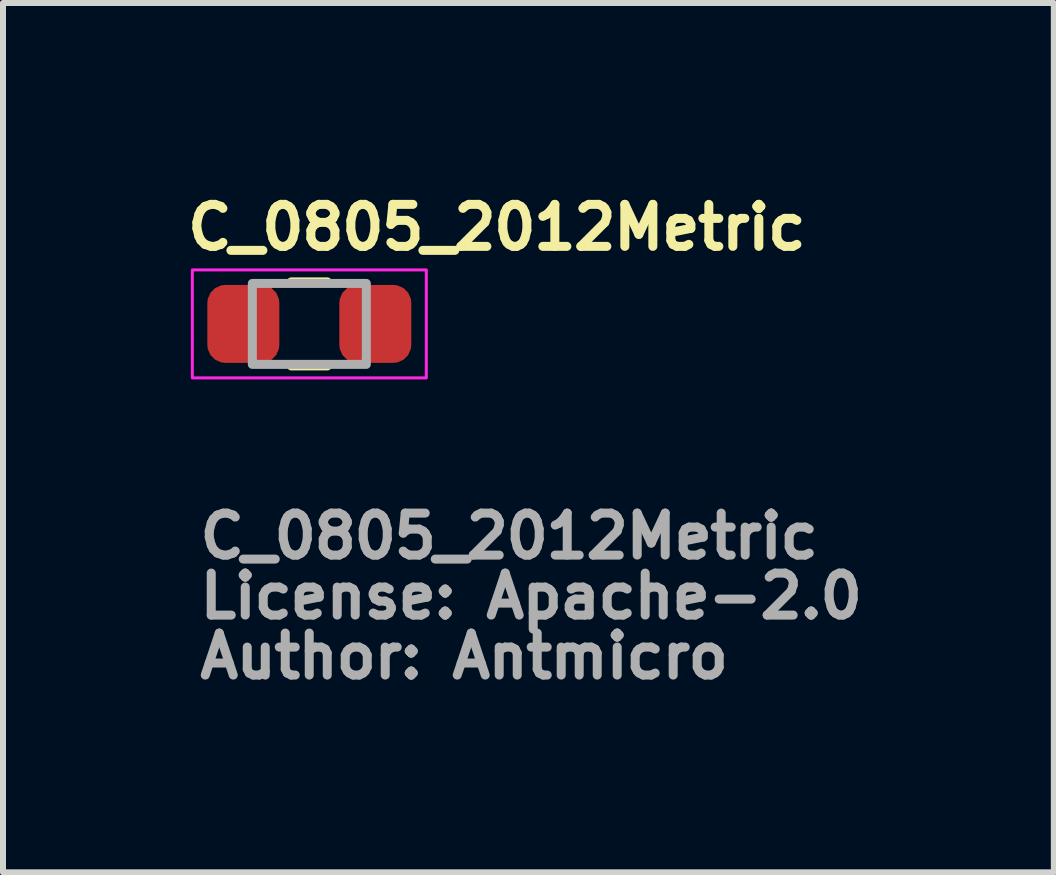
<source format=kicad_pcb>
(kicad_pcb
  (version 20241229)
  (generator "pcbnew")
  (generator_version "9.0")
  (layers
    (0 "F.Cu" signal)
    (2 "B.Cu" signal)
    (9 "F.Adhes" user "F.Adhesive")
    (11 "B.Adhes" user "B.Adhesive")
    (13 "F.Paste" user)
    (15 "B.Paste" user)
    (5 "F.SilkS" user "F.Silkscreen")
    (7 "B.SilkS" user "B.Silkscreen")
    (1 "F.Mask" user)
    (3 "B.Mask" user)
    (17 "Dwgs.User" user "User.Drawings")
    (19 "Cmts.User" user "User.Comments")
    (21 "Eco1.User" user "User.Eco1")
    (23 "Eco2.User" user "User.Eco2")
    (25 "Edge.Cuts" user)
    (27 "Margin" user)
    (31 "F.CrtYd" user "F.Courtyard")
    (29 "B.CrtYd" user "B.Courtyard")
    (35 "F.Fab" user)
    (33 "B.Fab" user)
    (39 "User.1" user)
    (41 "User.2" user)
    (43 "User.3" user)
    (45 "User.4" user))
  (footprint "C_0805_2012Metric"
    (layer "F.Cu")
    (at 2.106 2.349)
    (property "Reference" "C_0805_2012Metric" (at -2.106 -1.199 0) (layer "F.SilkS") (effects (font (size 0.7 0.7) (thickness 0.15)) (justify left bottom)))
    (attr smd)
    (fp_line (start -0.3 -0.7) (end 0.3 -0.7) (stroke (width 0.15) (type solid)) (layer "F.SilkS"))
    (fp_line (start -0.3 0.7) (end 0.3 0.7) (stroke (width 0.15) (type solid)) (layer "F.SilkS"))
    (fp_rect (start 1.95 -0.9) (end -1.95 0.9) (stroke (width 0.05) (type default)) (fill no) (layer "F.CrtYd"))
    (fp_rect (start -0.95 -0.675) (end 0.95 0.675) (stroke (width 0.15) (type solid)) (fill no) (layer "F.Fab"))
    (fp_rect (start -1 -0.624) (end 1 0.624) (stroke (width 0.1) (type solid)) (fill no) (layer "User.5"))
    (fp_line (start -1 -0.62) (end -1 -0.619) (stroke (width 0.02) (type solid)) (layer "User.9"))
    (fp_line (start -1 -0.619) (end -1 -0.619) (stroke (width 0.02) (type solid)) (layer "User.9"))
    (fp_line (start -1 -0.619) (end -1 -0.618) (stroke (width 0.02) (type solid)) (layer "User.9"))
    (fp_line (start -1 -0.618) (end -1 -0.618) (stroke (width 0.02) (type solid)) (layer "User.9"))
    (fp_line (start -1 -0.618) (end -1 -0.618) (stroke (width 0.02) (type solid)) (layer "User.9"))
    (fp_line (start -1 -0.618) (end -1 -0.617) (stroke (width 0.02) (type solid)) (layer "User.9"))
    (fp_line (start -1 -0.617) (end -1 -0.617) (stroke (width 0.02) (type solid)) (layer "User.9"))
    (fp_line (start -1 -0.617) (end -1 -0.616) (stroke (width 0.02) (type solid)) (layer "User.9"))
    (fp_line (start -1 -0.616) (end -1 -0.615) (stroke (width 0.02) (type solid)) (layer "User.9"))
    (fp_line (start -1 -0.615) (end -1 -0.615) (stroke (width 0.02) (type solid)) (layer "User.9"))
    (fp_line (start -1 -0.615) (end -1 -0.615) (stroke (width 0.02) (type solid)) (layer "User.9"))
    (fp_line (start -1 -0.615) (end -1 -0.614) (stroke (width 0.02) (type solid)) (layer "User.9"))
    (fp_line (start -1 -0.615) (end -1 0.613) (stroke (width 0.02) (type solid)) (layer "User.9"))
    (fp_line (start -1 -0.614) (end -1 -0.614) (stroke (width 0.02) (type solid)) (layer "User.9"))
    (fp_line (start -1 -0.614) (end -1 -0.613) (stroke (width 0.02) (type solid)) (layer "User.9"))
    (fp_line (start -1 -0.613) (end -1 -0.613) (stroke (width 0.02) (type solid)) (layer "User.9"))
    (fp_line (start -1 -0.613) (end -1 -0.613) (stroke (width 0.02) (type solid)) (layer "User.9"))
    (fp_line (start -1 -0.613) (end -1 -0.612) (stroke (width 0.02) (type solid)) (layer "User.9"))
    (fp_line (start -1 -0.612) (end -1 -0.612) (stroke (width 0.02) (type solid)) (layer "User.9"))
    (fp_line (start -1 -0.612) (end -1 -0.611) (stroke (width 0.02) (type solid)) (layer "User.9"))
    (fp_line (start -1 -0.611) (end -0.999 -0.611) (stroke (width 0.02) (type solid)) (layer "User.9"))
    (fp_line (start -1 0.609) (end -1 0.61) (stroke (width 0.02) (type solid)) (layer "User.9"))
    (fp_line (start -1 0.61) (end -1 0.61) (stroke (width 0.02) (type solid)) (layer "User.9"))
    (fp_line (start -1 0.61) (end -1 0.611) (stroke (width 0.02) (type solid)) (layer "User.9"))
    (fp_line (start -1 0.611) (end -1 0.611) (stroke (width 0.02) (type solid)) (layer "User.9"))
    (fp_line (start -1 0.611) (end -1 0.611) (stroke (width 0.02) (type solid)) (layer "User.9"))
    (fp_line (start -1 0.611) (end -1 0.612) (stroke (width 0.02) (type solid)) (layer "User.9"))
    (fp_line (start -1 0.612) (end -1 0.612) (stroke (width 0.02) (type solid)) (layer "User.9"))
    (fp_line (start -1 0.612) (end -1 0.613) (stroke (width 0.02) (type solid)) (layer "User.9"))
    (fp_line (start -1 0.613) (end -1 0.613) (stroke (width 0.02) (type solid)) (layer "User.9"))
    (fp_line (start -1 0.613) (end -1 0.613) (stroke (width 0.02) (type solid)) (layer "User.9"))
    (fp_line (start -1 0.613) (end -1 0.614) (stroke (width 0.02) (type solid)) (layer "User.9"))
    (fp_line (start -1 0.614) (end -1 0.615) (stroke (width 0.02) (type solid)) (layer "User.9"))
    (fp_line (start -1 0.615) (end -1 0.615) (stroke (width 0.02) (type solid)) (layer "User.9"))
    (fp_line (start -1 0.615) (end -1 0.616) (stroke (width 0.02) (type solid)) (layer "User.9"))
    (fp_line (start -1 0.616) (end -1 0.616) (stroke (width 0.02) (type solid)) (layer "User.9"))
    (fp_line (start -1 0.616) (end -1 0.616) (stroke (width 0.02) (type solid)) (layer "User.9"))
    (fp_line (start -1 0.616) (end -1 0.617) (stroke (width 0.02) (type solid)) (layer "User.9"))
    (fp_line (start -1 0.617) (end -1 0.617) (stroke (width 0.02) (type solid)) (layer "User.9"))
    (fp_line (start -1 0.617) (end -1 0.618) (stroke (width 0.02) (type solid)) (layer "User.9"))
    (fp_line (start -1 0.618) (end -0.999 0.618) (stroke (width 0.02) (type solid)) (layer "User.9"))
    (fp_line (start -0.999 -0.621) (end -0.999 -0.621) (stroke (width 0.02) (type solid)) (layer "User.9"))
    (fp_line (start -0.999 -0.621) (end -0.999 -0.621) (stroke (width 0.02) (type solid)) (layer "User.9"))
    (fp_line (start -0.999 -0.621) (end -0.999 -0.62) (stroke (width 0.02) (type solid)) (layer "User.9"))
    (fp_line (start -0.999 -0.62) (end -1 -0.62) (stroke (width 0.02) (type solid)) (layer "User.9"))
    (fp_line (start -0.999 -0.611) (end -0.999 -0.61) (stroke (width 0.02) (type solid)) (layer "User.9"))
    (fp_line (start -0.999 -0.61) (end -0.999 -0.61) (stroke (width 0.02) (type solid)) (layer "User.9"))
    (fp_line (start -0.999 -0.61) (end -0.999 -0.61) (stroke (width 0.02) (type solid)) (layer "User.9"))
    (fp_line (start -0.999 -0.61) (end -0.998 -0.609) (stroke (width 0.02) (type solid)) (layer "User.9"))
    (fp_line (start -0.999 0.608) (end -0.999 0.608) (stroke (width 0.02) (type solid)) (layer "User.9"))
    (fp_line (start -0.999 0.608) (end -0.999 0.608) (stroke (width 0.02) (type solid)) (layer "User.9"))
    (fp_line (start -0.999 0.608) (end -0.999 0.609) (stroke (width 0.02) (type solid)) (layer "User.9"))
    (fp_line (start -0.999 0.609) (end -1 0.609) (stroke (width 0.02) (type solid)) (layer "User.9"))
    (fp_line (start -0.999 0.618) (end -0.999 0.619) (stroke (width 0.02) (type solid)) (layer "User.9"))
    (fp_line (start -0.999 0.619) (end -0.999 0.619) (stroke (width 0.02) (type solid)) (layer "User.9"))
    (fp_line (start -0.999 0.619) (end -0.999 0.619) (stroke (width 0.02) (type solid)) (layer "User.9"))
    (fp_line (start -0.999 0.619) (end -0.998 0.62) (stroke (width 0.02) (type solid)) (layer "User.9"))
    (fp_line (start -0.998 -0.623) (end -0.998 -0.622) (stroke (width 0.02) (type solid)) (layer "User.9"))
    (fp_line (start -0.998 -0.622) (end -0.999 -0.621) (stroke (width 0.02) (type solid)) (layer "User.9"))
    (fp_line (start -0.998 -0.622) (end -0.998 -0.622) (stroke (width 0.02) (type solid)) (layer "User.9"))
    (fp_line (start -0.998 -0.609) (end -0.998 -0.609) (stroke (width 0.02) (type solid)) (layer "User.9"))
    (fp_line (start -0.998 -0.609) (end -0.998 -0.608) (stroke (width 0.02) (type solid)) (layer "User.9"))
    (fp_line (start -0.998 -0.608) (end -0.997 -0.608) (stroke (width 0.02) (type solid)) (layer "User.9"))
    (fp_line (start -0.998 0.606) (end -0.998 0.607) (stroke (width 0.02) (type solid)) (layer "User.9"))
    (fp_line (start -0.998 0.607) (end -0.999 0.608) (stroke (width 0.02) (type solid)) (layer "User.9"))
    (fp_line (start -0.998 0.607) (end -0.998 0.607) (stroke (width 0.02) (type solid)) (layer "User.9"))
    (fp_line (start -0.998 0.62) (end -0.998 0.62) (stroke (width 0.02) (type solid)) (layer "User.9"))
    (fp_line (start -0.998 0.62) (end -0.998 0.621) (stroke (width 0.02) (type solid)) (layer "User.9"))
    (fp_line (start -0.998 0.621) (end -0.997 0.621) (stroke (width 0.02) (type solid)) (layer "User.9"))
    (fp_line (start -0.997 -0.623) (end -0.998 -0.623) (stroke (width 0.02) (type solid)) (layer "User.9"))
    (fp_line (start -0.997 -0.623) (end -0.997 -0.623) (stroke (width 0.02) (type solid)) (layer "User.9"))
    (fp_line (start -0.997 -0.608) (end -0.997 -0.608) (stroke (width 0.02) (type solid)) (layer "User.9"))
    (fp_line (start -0.997 -0.608) (end -0.996 -0.607) (stroke (width 0.02) (type solid)) (layer "User.9"))
    (fp_line (start -0.997 0.606) (end -0.998 0.606) (stroke (width 0.02) (type solid)) (layer "User.9"))
    (fp_line (start -0.997 0.606) (end -0.997 0.606) (stroke (width 0.02) (type solid)) (layer "User.9"))
    (fp_line (start -0.997 0.621) (end -0.997 0.621) (stroke (width 0.02) (type solid)) (layer "User.9"))
    (fp_line (start -0.997 0.621) (end -0.996 0.622) (stroke (width 0.02) (type solid)) (layer "User.9"))
    (fp_line (start -0.996 -0.624) (end -0.997 -0.623) (stroke (width 0.02) (type solid)) (layer "User.9"))
    (fp_line (start -0.996 -0.624) (end -0.996 -0.624) (stroke (width 0.02) (type solid)) (layer "User.9"))
    (fp_line (start -0.996 -0.624) (end -0.996 -0.624) (stroke (width 0.02) (type solid)) (layer "User.9"))
    (fp_line (start -0.996 -0.607) (end -0.996 -0.607) (stroke (width 0.02) (type solid)) (layer "User.9"))
    (fp_line (start -0.996 -0.607) (end -0.996 -0.607) (stroke (width 0.02) (type solid)) (layer "User.9"))
    (fp_line (start -0.996 -0.607) (end -0.995 -0.607) (stroke (width 0.02) (type solid)) (layer "User.9"))
    (fp_line (start -0.996 0.605) (end -0.997 0.606) (stroke (width 0.02) (type solid)) (layer "User.9"))
    (fp_line (start -0.996 0.605) (end -0.996 0.605) (stroke (width 0.02) (type solid)) (layer "User.9"))
    (fp_line (start -0.996 0.605) (end -0.996 0.605) (stroke (width 0.02) (type solid)) (layer "User.9"))
    (fp_line (start -0.996 0.622) (end -0.996 0.622) (stroke (width 0.02) (type solid)) (layer "User.9"))
    (fp_line (start -0.996 0.622) (end -0.996 0.622) (stroke (width 0.02) (type solid)) (layer "User.9"))
    (fp_line (start -0.996 0.622) (end -0.995 0.622) (stroke (width 0.02) (type solid)) (layer "User.9"))
    (fp_line (start -0.995 -0.625) (end -0.995 -0.624) (stroke (width 0.02) (type solid)) (layer "User.9"))
    (fp_line (start -0.995 -0.624) (end -0.996 -0.624) (stroke (width 0.02) (type solid)) (layer "User.9"))
    (fp_line (start -0.995 -0.607) (end -0.995 -0.606) (stroke (width 0.02) (type solid)) (layer "User.9"))
    (fp_line (start -0.995 -0.606) (end -0.994 -0.606) (stroke (width 0.02) (type solid)) (layer "User.9"))
    (fp_line (start -0.995 0.604) (end -0.995 0.605) (stroke (width 0.02) (type solid)) (layer "User.9"))
    (fp_line (start -0.995 0.605) (end -0.996 0.605) (stroke (width 0.02) (type solid)) (layer "User.9"))
    (fp_line (start -0.995 0.622) (end -0.995 0.623) (stroke (width 0.02) (type solid)) (layer "User.9"))
    (fp_line (start -0.995 0.623) (end -0.994 0.623) (stroke (width 0.02) (type solid)) (layer "User.9"))
    (fp_line (start -0.994 -0.625) (end -0.995 -0.625) (stroke (width 0.02) (type solid)) (layer "User.9"))
    (fp_line (start -0.994 -0.625) (end -0.994 -0.625) (stroke (width 0.02) (type solid)) (layer "User.9"))
    (fp_line (start -0.994 -0.606) (end -0.994 -0.606) (stroke (width 0.02) (type solid)) (layer "User.9"))
    (fp_line (start -0.994 -0.606) (end -0.993 -0.606) (stroke (width 0.02) (type solid)) (layer "User.9"))
    (fp_line (start -0.994 0.604) (end -0.995 0.604) (stroke (width 0.02) (type solid)) (layer "User.9"))
    (fp_line (start -0.994 0.604) (end -0.994 0.604) (stroke (width 0.02) (type solid)) (layer "User.9"))
    (fp_line (start -0.994 0.623) (end -0.994 0.623) (stroke (width 0.02) (type solid)) (layer "User.9"))
    (fp_line (start -0.994 0.623) (end -0.993 0.623) (stroke (width 0.02) (type solid)) (layer "User.9"))
    (fp_line (start -0.993 -0.625) (end -0.994 -0.625) (stroke (width 0.02) (type solid)) (layer "User.9"))
    (fp_line (start -0.993 -0.625) (end -0.993 -0.625) (stroke (width 0.02) (type solid)) (layer "User.9"))
    (fp_line (start -0.993 -0.625) (end -0.993 -0.625) (stroke (width 0.02) (type solid)) (layer "User.9"))
    (fp_line (start -0.993 -0.606) (end -0.993 -0.606) (stroke (width 0.02) (type solid)) (layer "User.9"))
    (fp_line (start -0.993 -0.606) (end -0.993 -0.606) (stroke (width 0.02) (type solid)) (layer "User.9"))
    (fp_line (start -0.993 -0.606) (end -0.992 -0.606) (stroke (width 0.02) (type solid)) (layer "User.9"))
    (fp_line (start -0.993 0.604) (end -0.994 0.604) (stroke (width 0.02) (type solid)) (layer "User.9"))
    (fp_line (start -0.993 0.604) (end -0.993 0.604) (stroke (width 0.02) (type solid)) (layer "User.9"))
    (fp_line (start -0.993 0.604) (end -0.993 0.604) (stroke (width 0.02) (type solid)) (layer "User.9"))
    (fp_line (start -0.993 0.623) (end -0.993 0.623) (stroke (width 0.02) (type solid)) (layer "User.9"))
    (fp_line (start -0.993 0.623) (end -0.993 0.623) (stroke (width 0.02) (type solid)) (layer "User.9"))
    (fp_line (start -0.993 0.623) (end -0.992 0.623) (stroke (width 0.02) (type solid)) (layer "User.9"))
    (fp_line (start -0.992 -0.625) (end -0.993 -0.625) (stroke (width 0.02) (type solid)) (layer "User.9"))
    (fp_line (start -0.992 -0.625) (end -0.992 -0.625) (stroke (width 0.02) (type solid)) (layer "User.9"))
    (fp_line (start -0.992 -0.606) (end -0.992 -0.606) (stroke (width 0.02) (type solid)) (layer "User.9"))
    (fp_line (start -0.992 -0.606) (end -0.991 -0.606) (stroke (width 0.02) (type solid)) (layer "User.9"))
    (fp_line (start -0.992 0.604) (end -0.993 0.604) (stroke (width 0.02) (type solid)) (layer "User.9"))
    (fp_line (start -0.992 0.604) (end -0.992 0.604) (stroke (width 0.02) (type solid)) (layer "User.9"))
    (fp_line (start -0.992 0.623) (end -0.992 0.623) (stroke (width 0.02) (type solid)) (layer "User.9"))
    (fp_line (start -0.992 0.623) (end -0.991 0.623) (stroke (width 0.02) (type solid)) (layer "User.9"))
    (fp_line (start -0.991 -0.625) (end -0.992 -0.625) (stroke (width 0.02) (type solid)) (layer "User.9"))
    (fp_line (start -0.991 -0.606) (end -0.99 -0.605) (stroke (width 0.02) (type solid)) (layer "User.9"))
    (fp_line (start -0.991 0.604) (end -0.992 0.604) (stroke (width 0.02) (type solid)) (layer "User.9"))
    (fp_line (start -0.991 0.623) (end -0.99 0.623) (stroke (width 0.02) (type solid)) (layer "User.9"))
    (fp_line (start -0.99 -0.625) (end -0.991 -0.625) (stroke (width 0.02) (type solid)) (layer "User.9"))
    (fp_line (start -0.99 -0.625) (end -0.99 -0.625) (stroke (width 0.02) (type solid)) (layer "User.9"))
    (fp_line (start -0.99 -0.625) (end -0.99 -0.625) (stroke (width 0.02) (type solid)) (layer "User.9"))
    (fp_line (start -0.99 -0.606) (end -0.989 -0.606) (stroke (width 0.02) (type solid)) (layer "User.9"))
    (fp_line (start -0.99 -0.605) (end -0.99 -0.606) (stroke (width 0.02) (type solid)) (layer "User.9"))
    (fp_line (start -0.99 -0.605) (end -0.99 -0.605) (stroke (width 0.02) (type solid)) (layer "User.9"))
    (fp_line (start -0.99 0.604) (end -0.991 0.604) (stroke (width 0.02) (type solid)) (layer "User.9"))
    (fp_line (start -0.99 0.604) (end -0.99 0.604) (stroke (width 0.02) (type solid)) (layer "User.9"))
    (fp_line (start -0.99 0.604) (end -0.99 0.604) (stroke (width 0.02) (type solid)) (layer "User.9"))
    (fp_line (start -0.99 0.623) (end -0.99 0.623) (stroke (width 0.02) (type solid)) (layer "User.9"))
    (fp_line (start -0.99 0.623) (end -0.99 0.623) (stroke (width 0.02) (type solid)) (layer "User.9"))
    (fp_line (start -0.99 0.623) (end -0.989 0.623) (stroke (width 0.02) (type solid)) (layer "User.9"))
    (fp_line (start -0.99 0.623) (end -0.5 0.623) (stroke (width 0.02) (type solid)) (layer "User.9"))
    (fp_line (start -0.989 -0.625) (end -0.99 -0.625) (stroke (width 0.02) (type solid)) (layer "User.9"))
    (fp_line (start -0.989 -0.625) (end -0.989 -0.625) (stroke (width 0.02) (type solid)) (layer "User.9"))
    (fp_line (start -0.989 -0.606) (end -0.989 -0.606) (stroke (width 0.02) (type solid)) (layer "User.9"))
    (fp_line (start -0.989 -0.606) (end -0.988 -0.606) (stroke (width 0.02) (type solid)) (layer "User.9"))
    (fp_line (start -0.989 0.604) (end -0.99 0.604) (stroke (width 0.02) (type solid)) (layer "User.9"))
    (fp_line (start -0.989 0.604) (end -0.989 0.604) (stroke (width 0.02) (type solid)) (layer "User.9"))
    (fp_line (start -0.989 0.623) (end -0.989 0.623) (stroke (width 0.02) (type solid)) (layer "User.9"))
    (fp_line (start -0.989 0.623) (end -0.988 0.623) (stroke (width 0.02) (type solid)) (layer "User.9"))
    (fp_line (start -0.988 -0.625) (end -0.989 -0.625) (stroke (width 0.02) (type solid)) (layer "User.9"))
    (fp_line (start -0.988 -0.625) (end -0.988 -0.625) (stroke (width 0.02) (type solid)) (layer "User.9"))
    (fp_line (start -0.988 -0.625) (end -0.988 -0.625) (stroke (width 0.02) (type solid)) (layer "User.9"))
    (fp_line (start -0.988 -0.606) (end -0.988 -0.606) (stroke (width 0.02) (type solid)) (layer "User.9"))
    (fp_line (start -0.988 -0.606) (end -0.988 -0.606) (stroke (width 0.02) (type solid)) (layer "User.9"))
    (fp_line (start -0.988 -0.606) (end -0.987 -0.606) (stroke (width 0.02) (type solid)) (layer "User.9"))
    (fp_line (start -0.988 0.604) (end -0.989 0.604) (stroke (width 0.02) (type solid)) (layer "User.9"))
    (fp_line (start -0.988 0.604) (end -0.988 0.604) (stroke (width 0.02) (type solid)) (layer "User.9"))
    (fp_line (start -0.988 0.604) (end -0.988 0.604) (stroke (width 0.02) (type solid)) (layer "User.9"))
    (fp_line (start -0.988 0.623) (end -0.988 0.623) (stroke (width 0.02) (type solid)) (layer "User.9"))
    (fp_line (start -0.988 0.623) (end -0.988 0.623) (stroke (width 0.02) (type solid)) (layer "User.9"))
    (fp_line (start -0.988 0.623) (end -0.987 0.623) (stroke (width 0.02) (type solid)) (layer "User.9"))
    (fp_line (start -0.987 -0.625) (end -0.988 -0.625) (stroke (width 0.02) (type solid)) (layer "User.9"))
    (fp_line (start -0.987 -0.625) (end -0.987 -0.625) (stroke (width 0.02) (type solid)) (layer "User.9"))
    (fp_line (start -0.987 -0.606) (end -0.987 -0.606) (stroke (width 0.02) (type solid)) (layer "User.9"))
    (fp_line (start -0.987 -0.606) (end -0.986 -0.606) (stroke (width 0.02) (type solid)) (layer "User.9"))
    (fp_line (start -0.987 0.604) (end -0.988 0.604) (stroke (width 0.02) (type solid)) (layer "User.9"))
    (fp_line (start -0.987 0.604) (end -0.987 0.604) (stroke (width 0.02) (type solid)) (layer "User.9"))
    (fp_line (start -0.987 0.623) (end -0.987 0.623) (stroke (width 0.02) (type solid)) (layer "User.9"))
    (fp_line (start -0.987 0.623) (end -0.986 0.623) (stroke (width 0.02) (type solid)) (layer "User.9"))
    (fp_line (start -0.986 -0.625) (end -0.987 -0.625) (stroke (width 0.02) (type solid)) (layer "User.9"))
    (fp_line (start -0.986 -0.624) (end -0.986 -0.625) (stroke (width 0.02) (type solid)) (layer "User.9"))
    (fp_line (start -0.986 -0.607) (end -0.985 -0.607) (stroke (width 0.02) (type solid)) (layer "User.9"))
    (fp_line (start -0.986 -0.606) (end -0.986 -0.607) (stroke (width 0.02) (type solid)) (layer "User.9"))
    (fp_line (start -0.986 0.604) (end -0.987 0.604) (stroke (width 0.02) (type solid)) (layer "User.9"))
    (fp_line (start -0.986 0.605) (end -0.986 0.604) (stroke (width 0.02) (type solid)) (layer "User.9"))
    (fp_line (start -0.986 0.622) (end -0.985 0.622) (stroke (width 0.02) (type solid)) (layer "User.9"))
    (fp_line (start -0.986 0.623) (end -0.986 0.622) (stroke (width 0.02) (type solid)) (layer "User.9"))
    (fp_line (start -0.985 -0.624) (end -0.986 -0.624) (stroke (width 0.02) (type solid)) (layer "User.9"))
    (fp_line (start -0.985 -0.624) (end -0.985 -0.624) (stroke (width 0.02) (type solid)) (layer "User.9"))
    (fp_line (start -0.985 -0.624) (end -0.985 -0.624) (stroke (width 0.02) (type solid)) (layer "User.9"))
    (fp_line (start -0.985 -0.607) (end -0.985 -0.607) (stroke (width 0.02) (type solid)) (layer "User.9"))
    (fp_line (start -0.985 -0.607) (end -0.985 -0.607) (stroke (width 0.02) (type solid)) (layer "User.9"))
    (fp_line (start -0.985 -0.607) (end -0.984 -0.608) (stroke (width 0.02) (type solid)) (layer "User.9"))
    (fp_line (start -0.985 0.605) (end -0.986 0.605) (stroke (width 0.02) (type solid)) (layer "User.9"))
    (fp_line (start -0.985 0.605) (end -0.985 0.605) (stroke (width 0.02) (type solid)) (layer "User.9"))
    (fp_line (start -0.985 0.605) (end -0.985 0.605) (stroke (width 0.02) (type solid)) (layer "User.9"))
    (fp_line (start -0.985 0.622) (end -0.985 0.622) (stroke (width 0.02) (type solid)) (layer "User.9"))
    (fp_line (start -0.985 0.622) (end -0.985 0.622) (stroke (width 0.02) (type solid)) (layer "User.9"))
    (fp_line (start -0.985 0.622) (end -0.984 0.621) (stroke (width 0.02) (type solid)) (layer "User.9"))
    (fp_line (start -0.984 -0.623) (end -0.985 -0.624) (stroke (width 0.02) (type solid)) (layer "User.9"))
    (fp_line (start -0.984 -0.623) (end -0.984 -0.623) (stroke (width 0.02) (type solid)) (layer "User.9"))
    (fp_line (start -0.984 -0.608) (end -0.984 -0.608) (stroke (width 0.02) (type solid)) (layer "User.9"))
    (fp_line (start -0.984 -0.608) (end -0.983 -0.608) (stroke (width 0.02) (type solid)) (layer "User.9"))
    (fp_line (start -0.984 0.606) (end -0.985 0.605) (stroke (width 0.02) (type solid)) (layer "User.9"))
    (fp_line (start -0.984 0.606) (end -0.984 0.606) (stroke (width 0.02) (type solid)) (layer "User.9"))
    (fp_line (start -0.984 0.621) (end -0.984 0.621) (stroke (width 0.02) (type solid)) (layer "User.9"))
    (fp_line (start -0.984 0.621) (end -0.983 0.621) (stroke (width 0.02) (type solid)) (layer "User.9"))
    (fp_line (start -0.983 -0.623) (end -0.984 -0.623) (stroke (width 0.02) (type solid)) (layer "User.9"))
    (fp_line (start -0.983 -0.622) (end -0.983 -0.623) (stroke (width 0.02) (type solid)) (layer "User.9"))
    (fp_line (start -0.983 -0.622) (end -0.983 -0.622) (stroke (width 0.02) (type solid)) (layer "User.9"))
    (fp_line (start -0.983 -0.609) (end -0.983 -0.609) (stroke (width 0.02) (type solid)) (layer "User.9"))
    (fp_line (start -0.983 -0.609) (end -0.982 -0.61) (stroke (width 0.02) (type solid)) (layer "User.9"))
    (fp_line (start -0.983 -0.608) (end -0.983 -0.609) (stroke (width 0.02) (type solid)) (layer "User.9"))
    (fp_line (start -0.983 0.606) (end -0.984 0.606) (stroke (width 0.02) (type solid)) (layer "User.9"))
    (fp_line (start -0.983 0.607) (end -0.983 0.606) (stroke (width 0.02) (type solid)) (layer "User.9"))
    (fp_line (start -0.983 0.607) (end -0.983 0.607) (stroke (width 0.02) (type solid)) (layer "User.9"))
    (fp_line (start -0.983 0.62) (end -0.983 0.62) (stroke (width 0.02) (type solid)) (layer "User.9"))
    (fp_line (start -0.983 0.62) (end -0.982 0.619) (stroke (width 0.02) (type solid)) (layer "User.9"))
    (fp_line (start -0.983 0.621) (end -0.983 0.62) (stroke (width 0.02) (type solid)) (layer "User.9"))
    (fp_line (start -0.982 -0.621) (end -0.983 -0.622) (stroke (width 0.02) (type solid)) (layer "User.9"))
    (fp_line (start -0.982 -0.621) (end -0.982 -0.621) (stroke (width 0.02) (type solid)) (layer "User.9"))
    (fp_line (start -0.982 -0.621) (end -0.982 -0.621) (stroke (width 0.02) (type solid)) (layer "User.9"))
    (fp_line (start -0.982 -0.62) (end -0.982 -0.621) (stroke (width 0.02) (type solid)) (layer "User.9"))
    (fp_line (start -0.982 -0.611) (end -0.981 -0.611) (stroke (width 0.02) (type solid)) (layer "User.9"))
    (fp_line (start -0.982 -0.61) (end -0.982 -0.611) (stroke (width 0.02) (type solid)) (layer "User.9"))
    (fp_line (start -0.982 -0.61) (end -0.982 -0.61) (stroke (width 0.02) (type solid)) (layer "User.9"))
    (fp_line (start -0.982 -0.61) (end -0.982 -0.61) (stroke (width 0.02) (type solid)) (layer "User.9"))
    (fp_line (start -0.982 0.608) (end -0.983 0.607) (stroke (width 0.02) (type solid)) (layer "User.9"))
    (fp_line (start -0.982 0.608) (end -0.982 0.608) (stroke (width 0.02) (type solid)) (layer "User.9"))
    (fp_line (start -0.982 0.608) (end -0.982 0.608) (stroke (width 0.02) (type solid)) (layer "User.9"))
    (fp_line (start -0.982 0.609) (end -0.982 0.608) (stroke (width 0.02) (type solid)) (layer "User.9"))
    (fp_line (start -0.982 0.618) (end -0.981 0.618) (stroke (width 0.02) (type solid)) (layer "User.9"))
    (fp_line (start -0.982 0.619) (end -0.982 0.618) (stroke (width 0.02) (type solid)) (layer "User.9"))
    (fp_line (start -0.982 0.619) (end -0.982 0.619) (stroke (width 0.02) (type solid)) (layer "User.9"))
    (fp_line (start -0.982 0.619) (end -0.982 0.619) (stroke (width 0.02) (type solid)) (layer "User.9"))
    (fp_line (start -0.981 -0.62) (end -0.982 -0.62) (stroke (width 0.02) (type solid)) (layer "User.9"))
    (fp_line (start -0.981 -0.619) (end -0.981 -0.62) (stroke (width 0.02) (type solid)) (layer "User.9"))
    (fp_line (start -0.981 -0.619) (end -0.981 -0.619) (stroke (width 0.02) (type solid)) (layer "User.9"))
    (fp_line (start -0.981 -0.618) (end -0.981 -0.619) (stroke (width 0.02) (type solid)) (layer "User.9"))
    (fp_line (start -0.981 -0.618) (end -0.981 -0.618) (stroke (width 0.02) (type solid)) (layer "User.9"))
    (fp_line (start -0.981 -0.618) (end -0.981 -0.618) (stroke (width 0.02) (type solid)) (layer "User.9"))
    (fp_line (start -0.981 -0.617) (end -0.981 -0.618) (stroke (width 0.02) (type solid)) (layer "User.9"))
    (fp_line (start -0.981 -0.617) (end -0.981 -0.617) (stroke (width 0.02) (type solid)) (layer "User.9"))
    (fp_line (start -0.981 -0.616) (end -0.981 -0.617) (stroke (width 0.02) (type solid)) (layer "User.9"))
    (fp_line (start -0.981 -0.615) (end -0.98 -0.615) (stroke (width 0.02) (type solid)) (layer "User.9"))
    (fp_line (start -0.981 -0.614) (end -0.981 -0.615) (stroke (width 0.02) (type solid)) (layer "User.9"))
    (fp_line (start -0.981 -0.614) (end -0.981 -0.614) (stroke (width 0.02) (type solid)) (layer "User.9"))
    (fp_line (start -0.981 -0.613) (end -0.981 -0.614) (stroke (width 0.02) (type solid)) (layer "User.9"))
    (fp_line (start -0.981 -0.613) (end -0.981 -0.613) (stroke (width 0.02) (type solid)) (layer "User.9"))
    (fp_line (start -0.981 -0.613) (end -0.981 -0.613) (stroke (width 0.02) (type solid)) (layer "User.9"))
    (fp_line (start -0.981 -0.612) (end -0.981 -0.613) (stroke (width 0.02) (type solid)) (layer "User.9"))
    (fp_line (start -0.981 -0.612) (end -0.981 -0.612) (stroke (width 0.02) (type solid)) (layer "User.9"))
    (fp_line (start -0.981 -0.611) (end -0.981 -0.612) (stroke (width 0.02) (type solid)) (layer "User.9"))
    (fp_line (start -0.981 0.609) (end -0.982 0.609) (stroke (width 0.02) (type solid)) (layer "User.9"))
    (fp_line (start -0.981 0.61) (end -0.981 0.609) (stroke (width 0.02) (type solid)) (layer "User.9"))
    (fp_line (start -0.981 0.61) (end -0.981 0.61) (stroke (width 0.02) (type solid)) (layer "User.9"))
    (fp_line (start -0.981 0.611) (end -0.981 0.61) (stroke (width 0.02) (type solid)) (layer "User.9"))
    (fp_line (start -0.981 0.611) (end -0.981 0.611) (stroke (width 0.02) (type solid)) (layer "User.9"))
    (fp_line (start -0.981 0.611) (end -0.981 0.611) (stroke (width 0.02) (type solid)) (layer "User.9"))
    (fp_line (start -0.981 0.612) (end -0.981 0.611) (stroke (width 0.02) (type solid)) (layer "User.9"))
    (fp_line (start -0.981 0.612) (end -0.981 0.612) (stroke (width 0.02) (type solid)) (layer "User.9"))
    (fp_line (start -0.981 0.613) (end -0.981 0.612) (stroke (width 0.02) (type solid)) (layer "User.9"))
    (fp_line (start -0.981 0.614) (end -0.98 0.613) (stroke (width 0.02) (type solid)) (layer "User.9"))
    (fp_line (start -0.981 0.615) (end -0.981 0.614) (stroke (width 0.02) (type solid)) (layer "User.9"))
    (fp_line (start -0.981 0.615) (end -0.981 0.615) (stroke (width 0.02) (type solid)) (layer "User.9"))
    (fp_line (start -0.981 0.616) (end -0.981 0.615) (stroke (width 0.02) (type solid)) (layer "User.9"))
    (fp_line (start -0.981 0.616) (end -0.981 0.616) (stroke (width 0.02) (type solid)) (layer "User.9"))
    (fp_line (start -0.981 0.616) (end -0.981 0.616) (stroke (width 0.02) (type solid)) (layer "User.9"))
    (fp_line (start -0.981 0.617) (end -0.981 0.616) (stroke (width 0.02) (type solid)) (layer "User.9"))
    (fp_line (start -0.981 0.617) (end -0.981 0.617) (stroke (width 0.02) (type solid)) (layer "User.9"))
    (fp_line (start -0.981 0.618) (end -0.981 0.617) (stroke (width 0.02) (type solid)) (layer "User.9"))
    (fp_line (start -0.98 -0.615) (end -0.981 -0.616) (stroke (width 0.02) (type solid)) (layer "User.9"))
    (fp_line (start -0.98 -0.615) (end -0.98 -0.615) (stroke (width 0.02) (type solid)) (layer "User.9"))
    (fp_line (start -0.98 -0.615) (end -0.98 -0.615) (stroke (width 0.02) (type solid)) (layer "User.9"))
    (fp_line (start -0.98 0.613) (end -0.981 0.613) (stroke (width 0.02) (type solid)) (layer "User.9"))
    (fp_line (start -0.98 0.613) (end -0.98 0.613) (stroke (width 0.02) (type solid)) (layer "User.9"))
    (fp_line (start -0.98 0.613) (end -0.98 0.613) (stroke (width 0.02) (type solid)) (layer "User.9"))
    (fp_line (start -0.5 -0.625) (end -0.99 -0.625) (stroke (width 0.02) (type solid)) (layer "User.9"))
    (fp_line (start -0.5 -0.615) (end -0.5 -0.625) (stroke (width 0.02) (type solid)) (layer "User.9"))
    (fp_line (start -0.5 0.609) (end 0.498 0.609) (stroke (width 0.02) (type solid)) (layer "User.9"))
    (fp_line (start -0.5 0.613) (end -0.5 -0.615) (stroke (width 0.02) (type solid)) (layer "User.9"))
    (fp_line (start -0.5 0.623) (end -0.5 0.613) (stroke (width 0.02) (type solid)) (layer "User.9"))
    (fp_line (start 0.498 -0.625) (end 0.498 -0.615) (stroke (width 0.02) (type solid)) (layer "User.9"))
    (fp_line (start 0.498 -0.615) (end 0.498 0.613) (stroke (width 0.02) (type solid)) (layer "User.9"))
    (fp_line (start 0.498 -0.61) (end -0.5 -0.61) (stroke (width 0.02) (type solid)) (layer "User.9"))
    (fp_line (start 0.498 0.613) (end 0.498 0.623) (stroke (width 0.02) (type solid)) (layer "User.9"))
    (fp_line (start 0.498 0.623) (end 0.988 0.623) (stroke (width 0.02) (type solid)) (layer "User.9"))
    (fp_line (start 0.978 -0.615) (end 0.978 -0.615) (stroke (width 0.02) (type solid)) (layer "User.9"))
    (fp_line (start 0.978 -0.615) (end 0.979 -0.615) (stroke (width 0.02) (type solid)) (layer "User.9"))
    (fp_line (start 0.978 0.613) (end 0.978 0.613) (stroke (width 0.02) (type solid)) (layer "User.9"))
    (fp_line (start 0.978 0.613) (end 0.979 0.614) (stroke (width 0.02) (type solid)) (layer "User.9"))
    (fp_line (start 0.979 -0.62) (end 0.979 -0.619) (stroke (width 0.02) (type solid)) (layer "User.9"))
    (fp_line (start 0.979 -0.619) (end 0.979 -0.619) (stroke (width 0.02) (type solid)) (layer "User.9"))
    (fp_line (start 0.979 -0.619) (end 0.979 -0.618) (stroke (width 0.02) (type solid)) (layer "User.9"))
    (fp_line (start 0.979 -0.618) (end 0.979 -0.618) (stroke (width 0.02) (type solid)) (layer "User.9"))
    (fp_line (start 0.979 -0.618) (end 0.979 -0.618) (stroke (width 0.02) (type solid)) (layer "User.9"))
    (fp_line (start 0.979 -0.618) (end 0.979 -0.617) (stroke (width 0.02) (type solid)) (layer "User.9"))
    (fp_line (start 0.979 -0.617) (end 0.979 -0.617) (stroke (width 0.02) (type solid)) (layer "User.9"))
    (fp_line (start 0.979 -0.617) (end 0.979 -0.616) (stroke (width 0.02) (type solid)) (layer "User.9"))
    (fp_line (start 0.979 -0.616) (end 0.978 -0.615) (stroke (width 0.02) (type solid)) (layer "User.9"))
    (fp_line (start 0.979 -0.615) (end 0.979 -0.614) (stroke (width 0.02) (type solid)) (layer "User.9"))
    (fp_line (start 0.979 -0.614) (end 0.979 -0.614) (stroke (width 0.02) (type solid)) (layer "User.9"))
    (fp_line (start 0.979 -0.614) (end 0.979 -0.613) (stroke (width 0.02) (type solid)) (layer "User.9"))
    (fp_line (start 0.979 -0.613) (end 0.979 -0.613) (stroke (width 0.02) (type solid)) (layer "User.9"))
    (fp_line (start 0.979 -0.613) (end 0.979 -0.613) (stroke (width 0.02) (type solid)) (layer "User.9"))
    (fp_line (start 0.979 -0.613) (end 0.979 -0.612) (stroke (width 0.02) (type solid)) (layer "User.9"))
    (fp_line (start 0.979 -0.612) (end 0.979 -0.612) (stroke (width 0.02) (type solid)) (layer "User.9"))
    (fp_line (start 0.979 -0.612) (end 0.979 -0.611) (stroke (width 0.02) (type solid)) (layer "User.9"))
    (fp_line (start 0.979 -0.611) (end 0.98 -0.611) (stroke (width 0.02) (type solid)) (layer "User.9"))
    (fp_line (start 0.979 0.609) (end 0.979 0.61) (stroke (width 0.02) (type solid)) (layer "User.9"))
    (fp_line (start 0.979 0.61) (end 0.979 0.61) (stroke (width 0.02) (type solid)) (layer "User.9"))
    (fp_line (start 0.979 0.61) (end 0.979 0.611) (stroke (width 0.02) (type solid)) (layer "User.9"))
    (fp_line (start 0.979 0.611) (end 0.979 0.611) (stroke (width 0.02) (type solid)) (layer "User.9"))
    (fp_line (start 0.979 0.611) (end 0.979 0.611) (stroke (width 0.02) (type solid)) (layer "User.9"))
    (fp_line (start 0.979 0.611) (end 0.979 0.612) (stroke (width 0.02) (type solid)) (layer "User.9"))
    (fp_line (start 0.979 0.612) (end 0.979 0.612) (stroke (width 0.02) (type solid)) (layer "User.9"))
    (fp_line (start 0.979 0.612) (end 0.979 0.613) (stroke (width 0.02) (type solid)) (layer "User.9"))
    (fp_line (start 0.979 0.613) (end 0.978 0.613) (stroke (width 0.02) (type solid)) (layer "User.9"))
    (fp_line (start 0.979 0.614) (end 0.979 0.615) (stroke (width 0.02) (type solid)) (layer "User.9"))
    (fp_line (start 0.979 0.615) (end 0.979 0.615) (stroke (width 0.02) (type solid)) (layer "User.9"))
    (fp_line (start 0.979 0.615) (end 0.979 0.616) (stroke (width 0.02) (type solid)) (layer "User.9"))
    (fp_line (start 0.979 0.616) (end 0.979 0.616) (stroke (width 0.02) (type solid)) (layer "User.9"))
    (fp_line (start 0.979 0.616) (end 0.979 0.616) (stroke (width 0.02) (type solid)) (layer "User.9"))
    (fp_line (start 0.979 0.616) (end 0.979 0.617) (stroke (width 0.02) (type solid)) (layer "User.9"))
    (fp_line (start 0.979 0.617) (end 0.979 0.617) (stroke (width 0.02) (type solid)) (layer "User.9"))
    (fp_line (start 0.979 0.617) (end 0.979 0.618) (stroke (width 0.02) (type solid)) (layer "User.9"))
    (fp_line (start 0.979 0.618) (end 0.98 0.618) (stroke (width 0.02) (type solid)) (layer "User.9"))
    (fp_line (start 0.98 -0.621) (end 0.98 -0.621) (stroke (width 0.02) (type solid)) (layer "User.9"))
    (fp_line (start 0.98 -0.621) (end 0.98 -0.621) (stroke (width 0.02) (type solid)) (layer "User.9"))
    (fp_line (start 0.98 -0.621) (end 0.98 -0.62) (stroke (width 0.02) (type solid)) (layer "User.9"))
    (fp_line (start 0.98 -0.62) (end 0.979 -0.62) (stroke (width 0.02) (type solid)) (layer "User.9"))
    (fp_line (start 0.98 -0.611) (end 0.98 -0.61) (stroke (width 0.02) (type solid)) (layer "User.9"))
    (fp_line (start 0.98 -0.61) (end 0.98 -0.61) (stroke (width 0.02) (type solid)) (layer "User.9"))
    (fp_line (start 0.98 -0.61) (end 0.98 -0.61) (stroke (width 0.02) (type solid)) (layer "User.9"))
    (fp_line (start 0.98 -0.61) (end 0.981 -0.609) (stroke (width 0.02) (type solid)) (layer "User.9"))
    (fp_line (start 0.98 0.608) (end 0.98 0.608) (stroke (width 0.02) (type solid)) (layer "User.9"))
    (fp_line (start 0.98 0.608) (end 0.98 0.608) (stroke (width 0.02) (type solid)) (layer "User.9"))
    (fp_line (start 0.98 0.608) (end 0.98 0.609) (stroke (width 0.02) (type solid)) (layer "User.9"))
    (fp_line (start 0.98 0.609) (end 0.979 0.609) (stroke (width 0.02) (type solid)) (layer "User.9"))
    (fp_line (start 0.98 0.618) (end 0.98 0.619) (stroke (width 0.02) (type solid)) (layer "User.9"))
    (fp_line (start 0.98 0.619) (end 0.98 0.619) (stroke (width 0.02) (type solid)) (layer "User.9"))
    (fp_line (start 0.98 0.619) (end 0.98 0.619) (stroke (width 0.02) (type solid)) (layer "User.9"))
    (fp_line (start 0.98 0.619) (end 0.981 0.62) (stroke (width 0.02) (type solid)) (layer "User.9"))
    (fp_line (start 0.981 -0.623) (end 0.981 -0.622) (stroke (width 0.02) (type solid)) (layer "User.9"))
    (fp_line (start 0.981 -0.622) (end 0.98 -0.621) (stroke (width 0.02) (type solid)) (layer "User.9"))
    (fp_line (start 0.981 -0.622) (end 0.981 -0.622) (stroke (width 0.02) (type solid)) (layer "User.9"))
    (fp_line (start 0.981 -0.609) (end 0.981 -0.609) (stroke (width 0.02) (type solid)) (layer "User.9"))
    (fp_line (start 0.981 -0.609) (end 0.981 -0.608) (stroke (width 0.02) (type solid)) (layer "User.9"))
    (fp_line (start 0.981 -0.608) (end 0.982 -0.608) (stroke (width 0.02) (type solid)) (layer "User.9"))
    (fp_line (start 0.981 0.606) (end 0.981 0.607) (stroke (width 0.02) (type solid)) (layer "User.9"))
    (fp_line (start 0.981 0.607) (end 0.98 0.608) (stroke (width 0.02) (type solid)) (layer "User.9"))
    (fp_line (start 0.981 0.607) (end 0.981 0.607) (stroke (width 0.02) (type solid)) (layer "User.9"))
    (fp_line (start 0.981 0.62) (end 0.981 0.62) (stroke (width 0.02) (type solid)) (layer "User.9"))
    (fp_line (start 0.981 0.62) (end 0.981 0.621) (stroke (width 0.02) (type solid)) (layer "User.9"))
    (fp_line (start 0.981 0.621) (end 0.982 0.621) (stroke (width 0.02) (type solid)) (layer "User.9"))
    (fp_line (start 0.982 -0.623) (end 0.981 -0.623) (stroke (width 0.02) (type solid)) (layer "User.9"))
    (fp_line (start 0.982 -0.623) (end 0.982 -0.623) (stroke (width 0.02) (type solid)) (layer "User.9"))
    (fp_line (start 0.982 -0.608) (end 0.982 -0.608) (stroke (width 0.02) (type solid)) (layer "User.9"))
    (fp_line (start 0.982 -0.608) (end 0.983 -0.607) (stroke (width 0.02) (type solid)) (layer "User.9"))
    (fp_line (start 0.982 0.606) (end 0.981 0.606) (stroke (width 0.02) (type solid)) (layer "User.9"))
    (fp_line (start 0.982 0.606) (end 0.982 0.606) (stroke (width 0.02) (type solid)) (layer "User.9"))
    (fp_line (start 0.982 0.621) (end 0.982 0.621) (stroke (width 0.02) (type solid)) (layer "User.9"))
    (fp_line (start 0.982 0.621) (end 0.983 0.622) (stroke (width 0.02) (type solid)) (layer "User.9"))
    (fp_line (start 0.983 -0.624) (end 0.982 -0.623) (stroke (width 0.02) (type solid)) (layer "User.9"))
    (fp_line (start 0.983 -0.624) (end 0.983 -0.624) (stroke (width 0.02) (type solid)) (layer "User.9"))
    (fp_line (start 0.983 -0.624) (end 0.983 -0.624) (stroke (width 0.02) (type solid)) (layer "User.9"))
    (fp_line (start 0.983 -0.607) (end 0.983 -0.607) (stroke (width 0.02) (type solid)) (layer "User.9"))
    (fp_line (start 0.983 -0.607) (end 0.983 -0.607) (stroke (width 0.02) (type solid)) (layer "User.9"))
    (fp_line (start 0.983 -0.607) (end 0.984 -0.607) (stroke (width 0.02) (type solid)) (layer "User.9"))
    (fp_line (start 0.983 0.605) (end 0.982 0.606) (stroke (width 0.02) (type solid)) (layer "User.9"))
    (fp_line (start 0.983 0.605) (end 0.983 0.605) (stroke (width 0.02) (type solid)) (layer "User.9"))
    (fp_line (start 0.983 0.605) (end 0.983 0.605) (stroke (width 0.02) (type solid)) (layer "User.9"))
    (fp_line (start 0.983 0.622) (end 0.983 0.622) (stroke (width 0.02) (type solid)) (layer "User.9"))
    (fp_line (start 0.983 0.622) (end 0.983 0.622) (stroke (width 0.02) (type solid)) (layer "User.9"))
    (fp_line (start 0.983 0.622) (end 0.984 0.622) (stroke (width 0.02) (type solid)) (layer "User.9"))
    (fp_line (start 0.984 -0.625) (end 0.984 -0.624) (stroke (width 0.02) (type solid)) (layer "User.9"))
    (fp_line (start 0.984 -0.624) (end 0.983 -0.624) (stroke (width 0.02) (type solid)) (layer "User.9"))
    (fp_line (start 0.984 -0.607) (end 0.984 -0.606) (stroke (width 0.02) (type solid)) (layer "User.9"))
    (fp_line (start 0.984 -0.606) (end 0.985 -0.606) (stroke (width 0.02) (type solid)) (layer "User.9"))
    (fp_line (start 0.984 0.604) (end 0.984 0.605) (stroke (width 0.02) (type solid)) (layer "User.9"))
    (fp_line (start 0.984 0.605) (end 0.983 0.605) (stroke (width 0.02) (type solid)) (layer "User.9"))
    (fp_line (start 0.984 0.622) (end 0.984 0.623) (stroke (width 0.02) (type solid)) (layer "User.9"))
    (fp_line (start 0.984 0.623) (end 0.985 0.623) (stroke (width 0.02) (type solid)) (layer "User.9"))
    (fp_line (start 0.985 -0.625) (end 0.984 -0.625) (stroke (width 0.02) (type solid)) (layer "User.9"))
    (fp_line (start 0.985 -0.625) (end 0.985 -0.625) (stroke (width 0.02) (type solid)) (layer "User.9"))
    (fp_line (start 0.985 -0.606) (end 0.985 -0.606) (stroke (width 0.02) (type solid)) (layer "User.9"))
    (fp_line (start 0.985 -0.606) (end 0.986 -0.606) (stroke (width 0.02) (type solid)) (layer "User.9"))
    (fp_line (start 0.985 0.604) (end 0.984 0.604) (stroke (width 0.02) (type solid)) (layer "User.9"))
    (fp_line (start 0.985 0.604) (end 0.985 0.604) (stroke (width 0.02) (type solid)) (layer "User.9"))
    (fp_line (start 0.985 0.623) (end 0.985 0.623) (stroke (width 0.02) (type solid)) (layer "User.9"))
    (fp_line (start 0.985 0.623) (end 0.986 0.623) (stroke (width 0.02) (type solid)) (layer "User.9"))
    (fp_line (start 0.986 -0.625) (end 0.985 -0.625) (stroke (width 0.02) (type solid)) (layer "User.9"))
    (fp_line (start 0.986 -0.625) (end 0.986 -0.625) (stroke (width 0.02) (type solid)) (layer "User.9"))
    (fp_line (start 0.986 -0.625) (end 0.986 -0.625) (stroke (width 0.02) (type solid)) (layer "User.9"))
    (fp_line (start 0.986 -0.606) (end 0.986 -0.606) (stroke (width 0.02) (type solid)) (layer "User.9"))
    (fp_line (start 0.986 -0.606) (end 0.986 -0.606) (stroke (width 0.02) (type solid)) (layer "User.9"))
    (fp_line (start 0.986 -0.606) (end 0.987 -0.606) (stroke (width 0.02) (type solid)) (layer "User.9"))
    (fp_line (start 0.986 0.604) (end 0.985 0.604) (stroke (width 0.02) (type solid)) (layer "User.9"))
    (fp_line (start 0.986 0.604) (end 0.986 0.604) (stroke (width 0.02) (type solid)) (layer "User.9"))
    (fp_line (start 0.986 0.604) (end 0.986 0.604) (stroke (width 0.02) (type solid)) (layer "User.9"))
    (fp_line (start 0.986 0.623) (end 0.986 0.623) (stroke (width 0.02) (type solid)) (layer "User.9"))
    (fp_line (start 0.986 0.623) (end 0.986 0.623) (stroke (width 0.02) (type solid)) (layer "User.9"))
    (fp_line (start 0.986 0.623) (end 0.987 0.623) (stroke (width 0.02) (type solid)) (layer "User.9"))
    (fp_line (start 0.987 -0.625) (end 0.986 -0.625) (stroke (width 0.02) (type solid)) (layer "User.9"))
    (fp_line (start 0.987 -0.625) (end 0.987 -0.625) (stroke (width 0.02) (type solid)) (layer "User.9"))
    (fp_line (start 0.987 -0.606) (end 0.987 -0.606) (stroke (width 0.02) (type solid)) (layer "User.9"))
    (fp_line (start 0.987 -0.606) (end 0.988 -0.606) (stroke (width 0.02) (type solid)) (layer "User.9"))
    (fp_line (start 0.987 0.604) (end 0.986 0.604) (stroke (width 0.02) (type solid)) (layer "User.9"))
    (fp_line (start 0.987 0.604) (end 0.987 0.604) (stroke (width 0.02) (type solid)) (layer "User.9"))
    (fp_line (start 0.987 0.623) (end 0.987 0.623) (stroke (width 0.02) (type solid)) (layer "User.9"))
    (fp_line (start 0.987 0.623) (end 0.988 0.623) (stroke (width 0.02) (type solid)) (layer "User.9"))
    (fp_line (start 0.988 -0.625) (end 0.498 -0.625) (stroke (width 0.02) (type solid)) (layer "User.9"))
    (fp_line (start 0.988 -0.625) (end 0.987 -0.625) (stroke (width 0.02) (type solid)) (layer "User.9"))
    (fp_line (start 0.988 -0.625) (end 0.988 -0.625) (stroke (width 0.02) (type solid)) (layer "User.9"))
    (fp_line (start 0.988 -0.625) (end 0.988 -0.625) (stroke (width 0.02) (type solid)) (layer "User.9"))
    (fp_line (start 0.988 -0.606) (end 0.988 -0.605) (stroke (width 0.02) (type solid)) (layer "User.9"))
    (fp_line (start 0.988 -0.605) (end 0.988 -0.605) (stroke (width 0.02) (type solid)) (layer "User.9"))
    (fp_line (start 0.988 -0.605) (end 0.989 -0.606) (stroke (width 0.02) (type solid)) (layer "User.9"))
    (fp_line (start 0.988 0.604) (end 0.987 0.604) (stroke (width 0.02) (type solid)) (layer "User.9"))
    (fp_line (start 0.988 0.604) (end 0.988 0.604) (stroke (width 0.02) (type solid)) (layer "User.9"))
    (fp_line (start 0.988 0.604) (end 0.988 0.604) (stroke (width 0.02) (type solid)) (layer "User.9"))
    (fp_line (start 0.988 0.623) (end 0.988 0.623) (stroke (width 0.02) (type solid)) (layer "User.9"))
    (fp_line (start 0.988 0.623) (end 0.988 0.623) (stroke (width 0.02) (type solid)) (layer "User.9"))
    (fp_line (start 0.988 0.623) (end 0.989 0.623) (stroke (width 0.02) (type solid)) (layer "User.9"))
    (fp_line (start 0.989 -0.625) (end 0.988 -0.625) (stroke (width 0.02) (type solid)) (layer "User.9"))
    (fp_line (start 0.989 -0.606) (end 0.99 -0.606) (stroke (width 0.02) (type solid)) (layer "User.9"))
    (fp_line (start 0.989 0.604) (end 0.988 0.604) (stroke (width 0.02) (type solid)) (layer "User.9"))
    (fp_line (start 0.989 0.623) (end 0.99 0.623) (stroke (width 0.02) (type solid)) (layer "User.9"))
    (fp_line (start 0.99 -0.625) (end 0.989 -0.625) (stroke (width 0.02) (type solid)) (layer "User.9"))
    (fp_line (start 0.99 -0.625) (end 0.99 -0.625) (stroke (width 0.02) (type solid)) (layer "User.9"))
    (fp_line (start 0.99 -0.606) (end 0.99 -0.606) (stroke (width 0.02) (type solid)) (layer "User.9"))
    (fp_line (start 0.99 -0.606) (end 0.991 -0.606) (stroke (width 0.02) (type solid)) (layer "User.9"))
    (fp_line (start 0.99 0.604) (end 0.989 0.604) (stroke (width 0.02) (type solid)) (layer "User.9"))
    (fp_line (start 0.99 0.604) (end 0.99 0.604) (stroke (width 0.02) (type solid)) (layer "User.9"))
    (fp_line (start 0.99 0.623) (end 0.99 0.623) (stroke (width 0.02) (type solid)) (layer "User.9"))
    (fp_line (start 0.99 0.623) (end 0.991 0.623) (stroke (width 0.02) (type solid)) (layer "User.9"))
    (fp_line (start 0.991 -0.625) (end 0.99 -0.625) (stroke (width 0.02) (type solid)) (layer "User.9"))
    (fp_line (start 0.991 -0.625) (end 0.991 -0.625) (stroke (width 0.02) (type solid)) (layer "User.9"))
    (fp_line (start 0.991 -0.625) (end 0.991 -0.625) (stroke (width 0.02) (type solid)) (layer "User.9"))
    (fp_line (start 0.991 -0.606) (end 0.991 -0.606) (stroke (width 0.02) (type solid)) (layer "User.9"))
    (fp_line (start 0.991 -0.606) (end 0.991 -0.606) (stroke (width 0.02) (type solid)) (layer "User.9"))
    (fp_line (start 0.991 -0.606) (end 0.992 -0.606) (stroke (width 0.02) (type solid)) (layer "User.9"))
    (fp_line (start 0.991 0.604) (end 0.99 0.604) (stroke (width 0.02) (type solid)) (layer "User.9"))
    (fp_line (start 0.991 0.604) (end 0.991 0.604) (stroke (width 0.02) (type solid)) (layer "User.9"))
    (fp_line (start 0.991 0.604) (end 0.991 0.604) (stroke (width 0.02) (type solid)) (layer "User.9"))
    (fp_line (start 0.991 0.623) (end 0.991 0.623) (stroke (width 0.02) (type solid)) (layer "User.9"))
    (fp_line (start 0.991 0.623) (end 0.991 0.623) (stroke (width 0.02) (type solid)) (layer "User.9"))
    (fp_line (start 0.991 0.623) (end 0.992 0.623) (stroke (width 0.02) (type solid)) (layer "User.9"))
    (fp_line (start 0.992 -0.625) (end 0.991 -0.625) (stroke (width 0.02) (type solid)) (layer "User.9"))
    (fp_line (start 0.992 -0.625) (end 0.992 -0.625) (stroke (width 0.02) (type solid)) (layer "User.9"))
    (fp_line (start 0.992 -0.606) (end 0.992 -0.606) (stroke (width 0.02) (type solid)) (layer "User.9"))
    (fp_line (start 0.992 -0.606) (end 0.993 -0.606) (stroke (width 0.02) (type solid)) (layer "User.9"))
    (fp_line (start 0.992 0.604) (end 0.991 0.604) (stroke (width 0.02) (type solid)) (layer "User.9"))
    (fp_line (start 0.992 0.604) (end 0.992 0.604) (stroke (width 0.02) (type solid)) (layer "User.9"))
    (fp_line (start 0.992 0.623) (end 0.992 0.623) (stroke (width 0.02) (type solid)) (layer "User.9"))
    (fp_line (start 0.992 0.623) (end 0.993 0.623) (stroke (width 0.02) (type solid)) (layer "User.9"))
    (fp_line (start 0.993 -0.625) (end 0.992 -0.625) (stroke (width 0.02) (type solid)) (layer "User.9"))
    (fp_line (start 0.993 -0.624) (end 0.993 -0.625) (stroke (width 0.02) (type solid)) (layer "User.9"))
    (fp_line (start 0.993 -0.607) (end 0.994 -0.607) (stroke (width 0.02) (type solid)) (layer "User.9"))
    (fp_line (start 0.993 -0.606) (end 0.993 -0.607) (stroke (width 0.02) (type solid)) (layer "User.9"))
    (fp_line (start 0.993 0.604) (end 0.992 0.604) (stroke (width 0.02) (type solid)) (layer "User.9"))
    (fp_line (start 0.993 0.605) (end 0.993 0.604) (stroke (width 0.02) (type solid)) (layer "User.9"))
    (fp_line (start 0.993 0.622) (end 0.994 0.622) (stroke (width 0.02) (type solid)) (layer "User.9"))
    (fp_line (start 0.993 0.623) (end 0.993 0.622) (stroke (width 0.02) (type solid)) (layer "User.9"))
    (fp_line (start 0.994 -0.624) (end 0.993 -0.624) (stroke (width 0.02) (type solid)) (layer "User.9"))
    (fp_line (start 0.994 -0.624) (end 0.994 -0.624) (stroke (width 0.02) (type solid)) (layer "User.9"))
    (fp_line (start 0.994 -0.624) (end 0.994 -0.624) (stroke (width 0.02) (type solid)) (layer "User.9"))
    (fp_line (start 0.994 -0.607) (end 0.994 -0.607) (stroke (width 0.02) (type solid)) (layer "User.9"))
    (fp_line (start 0.994 -0.607) (end 0.994 -0.607) (stroke (width 0.02) (type solid)) (layer "User.9"))
    (fp_line (start 0.994 -0.607) (end 0.995 -0.608) (stroke (width 0.02) (type solid)) (layer "User.9"))
    (fp_line (start 0.994 0.605) (end 0.993 0.605) (stroke (width 0.02) (type solid)) (layer "User.9"))
    (fp_line (start 0.994 0.605) (end 0.994 0.605) (stroke (width 0.02) (type solid)) (layer "User.9"))
    (fp_line (start 0.994 0.605) (end 0.994 0.605) (stroke (width 0.02) (type solid)) (layer "User.9"))
    (fp_line (start 0.994 0.622) (end 0.994 0.622) (stroke (width 0.02) (type solid)) (layer "User.9"))
    (fp_line (start 0.994 0.622) (end 0.994 0.622) (stroke (width 0.02) (type solid)) (layer "User.9"))
    (fp_line (start 0.994 0.622) (end 0.995 0.621) (stroke (width 0.02) (type solid)) (layer "User.9"))
    (fp_line (start 0.995 -0.623) (end 0.994 -0.624) (stroke (width 0.02) (type solid)) (layer "User.9"))
    (fp_line (start 0.995 -0.623) (end 0.995 -0.623) (stroke (width 0.02) (type solid)) (layer "User.9"))
    (fp_line (start 0.995 -0.608) (end 0.995 -0.608) (stroke (width 0.02) (type solid)) (layer "User.9"))
    (fp_line (start 0.995 -0.608) (end 0.996 -0.608) (stroke (width 0.02) (type solid)) (layer "User.9"))
    (fp_line (start 0.995 0.606) (end 0.994 0.605) (stroke (width 0.02) (type solid)) (layer "User.9"))
    (fp_line (start 0.995 0.606) (end 0.995 0.606) (stroke (width 0.02) (type solid)) (layer "User.9"))
    (fp_line (start 0.995 0.621) (end 0.995 0.621) (stroke (width 0.02) (type solid)) (layer "User.9"))
    (fp_line (start 0.995 0.621) (end 0.996 0.621) (stroke (width 0.02) (type solid)) (layer "User.9"))
    (fp_line (start 0.996 -0.623) (end 0.995 -0.623) (stroke (width 0.02) (type solid)) (layer "User.9"))
    (fp_line (start 0.996 -0.622) (end 0.996 -0.623) (stroke (width 0.02) (type solid)) (layer "User.9"))
    (fp_line (start 0.996 -0.622) (end 0.996 -0.622) (stroke (width 0.02) (type solid)) (layer "User.9"))
    (fp_line (start 0.996 -0.609) (end 0.996 -0.609) (stroke (width 0.02) (type solid)) (layer "User.9"))
    (fp_line (start 0.996 -0.609) (end 0.997 -0.61) (stroke (width 0.02) (type solid)) (layer "User.9"))
    (fp_line (start 0.996 -0.608) (end 0.996 -0.609) (stroke (width 0.02) (type solid)) (layer "User.9"))
    (fp_line (start 0.996 0.606) (end 0.995 0.606) (stroke (width 0.02) (type solid)) (layer "User.9"))
    (fp_line (start 0.996 0.607) (end 0.996 0.606) (stroke (width 0.02) (type solid)) (layer "User.9"))
    (fp_line (start 0.996 0.607) (end 0.996 0.607) (stroke (width 0.02) (type solid)) (layer "User.9"))
    (fp_line (start 0.996 0.62) (end 0.996 0.62) (stroke (width 0.02) (type solid)) (layer "User.9"))
    (fp_line (start 0.996 0.62) (end 0.997 0.619) (stroke (width 0.02) (type solid)) (layer "User.9"))
    (fp_line (start 0.996 0.621) (end 0.996 0.62) (stroke (width 0.02) (type solid)) (layer "User.9"))
    (fp_line (start 0.997 -0.621) (end 0.996 -0.622) (stroke (width 0.02) (type solid)) (layer "User.9"))
    (fp_line (start 0.997 -0.621) (end 0.997 -0.621) (stroke (width 0.02) (type solid)) (layer "User.9"))
    (fp_line (start 0.997 -0.621) (end 0.997 -0.621) (stroke (width 0.02) (type solid)) (layer "User.9"))
    (fp_line (start 0.997 -0.62) (end 0.997 -0.621) (stroke (width 0.02) (type solid)) (layer "User.9"))
    (fp_line (start 0.997 -0.611) (end 0.998 -0.611) (stroke (width 0.02) (type solid)) (layer "User.9"))
    (fp_line (start 0.997 -0.61) (end 0.997 -0.611) (stroke (width 0.02) (type solid)) (layer "User.9"))
    (fp_line (start 0.997 -0.61) (end 0.997 -0.61) (stroke (width 0.02) (type solid)) (layer "User.9"))
    (fp_line (start 0.997 -0.61) (end 0.997 -0.61) (stroke (width 0.02) (type solid)) (layer "User.9"))
    (fp_line (start 0.997 0.608) (end 0.996 0.607) (stroke (width 0.02) (type solid)) (layer "User.9"))
    (fp_line (start 0.997 0.608) (end 0.997 0.608) (stroke (width 0.02) (type solid)) (layer "User.9"))
    (fp_line (start 0.997 0.608) (end 0.997 0.608) (stroke (width 0.02) (type solid)) (layer "User.9"))
    (fp_line (start 0.997 0.609) (end 0.997 0.608) (stroke (width 0.02) (type solid)) (layer "User.9"))
    (fp_line (start 0.997 0.618) (end 0.998 0.618) (stroke (width 0.02) (type solid)) (layer "User.9"))
    (fp_line (start 0.997 0.619) (end 0.997 0.618) (stroke (width 0.02) (type solid)) (layer "User.9"))
    (fp_line (start 0.997 0.619) (end 0.997 0.619) (stroke (width 0.02) (type solid)) (layer "User.9"))
    (fp_line (start 0.997 0.619) (end 0.997 0.619) (stroke (width 0.02) (type solid)) (layer "User.9"))
    (fp_line (start 0.998 -0.62) (end 0.997 -0.62) (stroke (width 0.02) (type solid)) (layer "User.9"))
    (fp_line (start 0.998 -0.619) (end 0.998 -0.62) (stroke (width 0.02) (type solid)) (layer "User.9"))
    (fp_line (start 0.998 -0.619) (end 0.998 -0.619) (stroke (width 0.02) (type solid)) (layer "User.9"))
    (fp_line (start 0.998 -0.618) (end 0.998 -0.619) (stroke (width 0.02) (type solid)) (layer "User.9"))
    (fp_line (start 0.998 -0.618) (end 0.998 -0.618) (stroke (width 0.02) (type solid)) (layer "User.9"))
    (fp_line (start 0.998 -0.618) (end 0.998 -0.618) (stroke (width 0.02) (type solid)) (layer "User.9"))
    (fp_line (start 0.998 -0.617) (end 0.998 -0.618) (stroke (width 0.02) (type solid)) (layer "User.9"))
    (fp_line (start 0.998 -0.617) (end 0.998 -0.617) (stroke (width 0.02) (type solid)) (layer "User.9"))
    (fp_line (start 0.998 -0.616) (end 0.998 -0.617) (stroke (width 0.02) (type solid)) (layer "User.9"))
    (fp_line (start 0.998 -0.615) (end 0.998 -0.616) (stroke (width 0.02) (type solid)) (layer "User.9"))
    (fp_line (start 0.998 -0.615) (end 0.998 -0.615) (stroke (width 0.02) (type solid)) (layer "User.9"))
    (fp_line (start 0.998 -0.615) (end 0.998 -0.615) (stroke (width 0.02) (type solid)) (layer "User.9"))
    (fp_line (start 0.998 -0.615) (end 0.998 -0.615) (stroke (width 0.02) (type solid)) (layer "User.9"))
    (fp_line (start 0.998 -0.614) (end 0.998 -0.615) (stroke (width 0.02) (type solid)) (layer "User.9"))
    (fp_line (start 0.998 -0.614) (end 0.998 -0.614) (stroke (width 0.02) (type solid)) (layer "User.9"))
    (fp_line (start 0.998 -0.613) (end 0.998 -0.614) (stroke (width 0.02) (type solid)) (layer "User.9"))
    (fp_line (start 0.998 -0.613) (end 0.998 -0.613) (stroke (width 0.02) (type solid)) (layer "User.9"))
    (fp_line (start 0.998 -0.613) (end 0.998 -0.613) (stroke (width 0.02) (type solid)) (layer "User.9"))
    (fp_line (start 0.998 -0.612) (end 0.998 -0.613) (stroke (width 0.02) (type solid)) (layer "User.9"))
    (fp_line (start 0.998 -0.612) (end 0.998 -0.612) (stroke (width 0.02) (type solid)) (layer "User.9"))
    (fp_line (start 0.998 -0.611) (end 0.998 -0.612) (stroke (width 0.02) (type solid)) (layer "User.9"))
    (fp_line (start 0.998 0.609) (end 0.997 0.609) (stroke (width 0.02) (type solid)) (layer "User.9"))
    (fp_line (start 0.998 0.61) (end 0.998 0.609) (stroke (width 0.02) (type solid)) (layer "User.9"))
    (fp_line (start 0.998 0.61) (end 0.998 0.61) (stroke (width 0.02) (type solid)) (layer "User.9"))
    (fp_line (start 0.998 0.611) (end 0.998 0.61) (stroke (width 0.02) (type solid)) (layer "User.9"))
    (fp_line (start 0.998 0.611) (end 0.998 0.611) (stroke (width 0.02) (type solid)) (layer "User.9"))
    (fp_line (start 0.998 0.611) (end 0.998 0.611) (stroke (width 0.02) (type solid)) (layer "User.9"))
    (fp_line (start 0.998 0.612) (end 0.998 0.611) (stroke (width 0.02) (type solid)) (layer "User.9"))
    (fp_line (start 0.998 0.612) (end 0.998 0.612) (stroke (width 0.02) (type solid)) (layer "User.9"))
    (fp_line (start 0.998 0.613) (end 0.998 -0.615) (stroke (width 0.02) (type solid)) (layer "User.9"))
    (fp_line (start 0.998 0.613) (end 0.998 0.612) (stroke (width 0.02) (type solid)) (layer "User.9"))
    (fp_line (start 0.998 0.613) (end 0.998 0.613) (stroke (width 0.02) (type solid)) (layer "User.9"))
    (fp_line (start 0.998 0.613) (end 0.998 0.613) (stroke (width 0.02) (type solid)) (layer "User.9"))
    (fp_line (start 0.998 0.613) (end 0.998 0.613) (stroke (width 0.02) (type solid)) (layer "User.9"))
    (fp_line (start 0.998 0.614) (end 0.998 0.613) (stroke (width 0.02) (type solid)) (layer "User.9"))
    (fp_line (start 0.998 0.615) (end 0.998 0.614) (stroke (width 0.02) (type solid)) (layer "User.9"))
    (fp_line (start 0.998 0.615) (end 0.998 0.615) (stroke (width 0.02) (type solid)) (layer "User.9"))
    (fp_line (start 0.998 0.616) (end 0.998 0.615) (stroke (width 0.02) (type solid)) (layer "User.9"))
    (fp_line (start 0.998 0.616) (end 0.998 0.616) (stroke (width 0.02) (type solid)) (layer "User.9"))
    (fp_line (start 0.998 0.616) (end 0.998 0.616) (stroke (width 0.02) (type solid)) (layer "User.9"))
    (fp_line (start 0.998 0.617) (end 0.998 0.616) (stroke (width 0.02) (type solid)) (layer "User.9"))
    (fp_line (start 0.998 0.617) (end 0.998 0.617) (stroke (width 0.02) (type solid)) (layer "User.9"))
    (fp_line (start 0.998 0.618) (end 0.998 0.617) (stroke (width 0.02) (type solid)) (layer "User.9"))
    (fp_text user "${REFERENCE}" (at -1.9 3.947 0) (layer "F.Fab") (effects (font (size 0.7 0.7) (thickness 0.15)) (justify left bottom)))
    (fp_text user "License: Apache-2.0" (at -1.9 4.947 0) (layer "F.Fab") (effects (font (size 0.7 0.7) (thickness 0.15)) (justify left bottom)))
    (fp_text user "Author: Antmicro" (at -1.9 5.947 0) (layer "F.Fab") (effects (font (size 0.7 0.7) (thickness 0.15)) (justify left bottom)))
    (pad "1" smd roundrect (at -1.1 0) (size 1.2 1.3) (layers "F.Cu" "F.Mask" "F.Paste") (roundrect_rratio 0.25))
    (pad "2" smd roundrect (at 1.1 0) (size 1.2 1.3) (layers "F.Cu" "F.Mask" "F.Paste") (roundrect_rratio 0.25)))
  (gr_rect
    (start -3 -3)
    (end 14.516 11.491)
    (stroke (width 0.1) (type default))
    (fill no)
    (layer "Edge.Cuts")))
</source>
